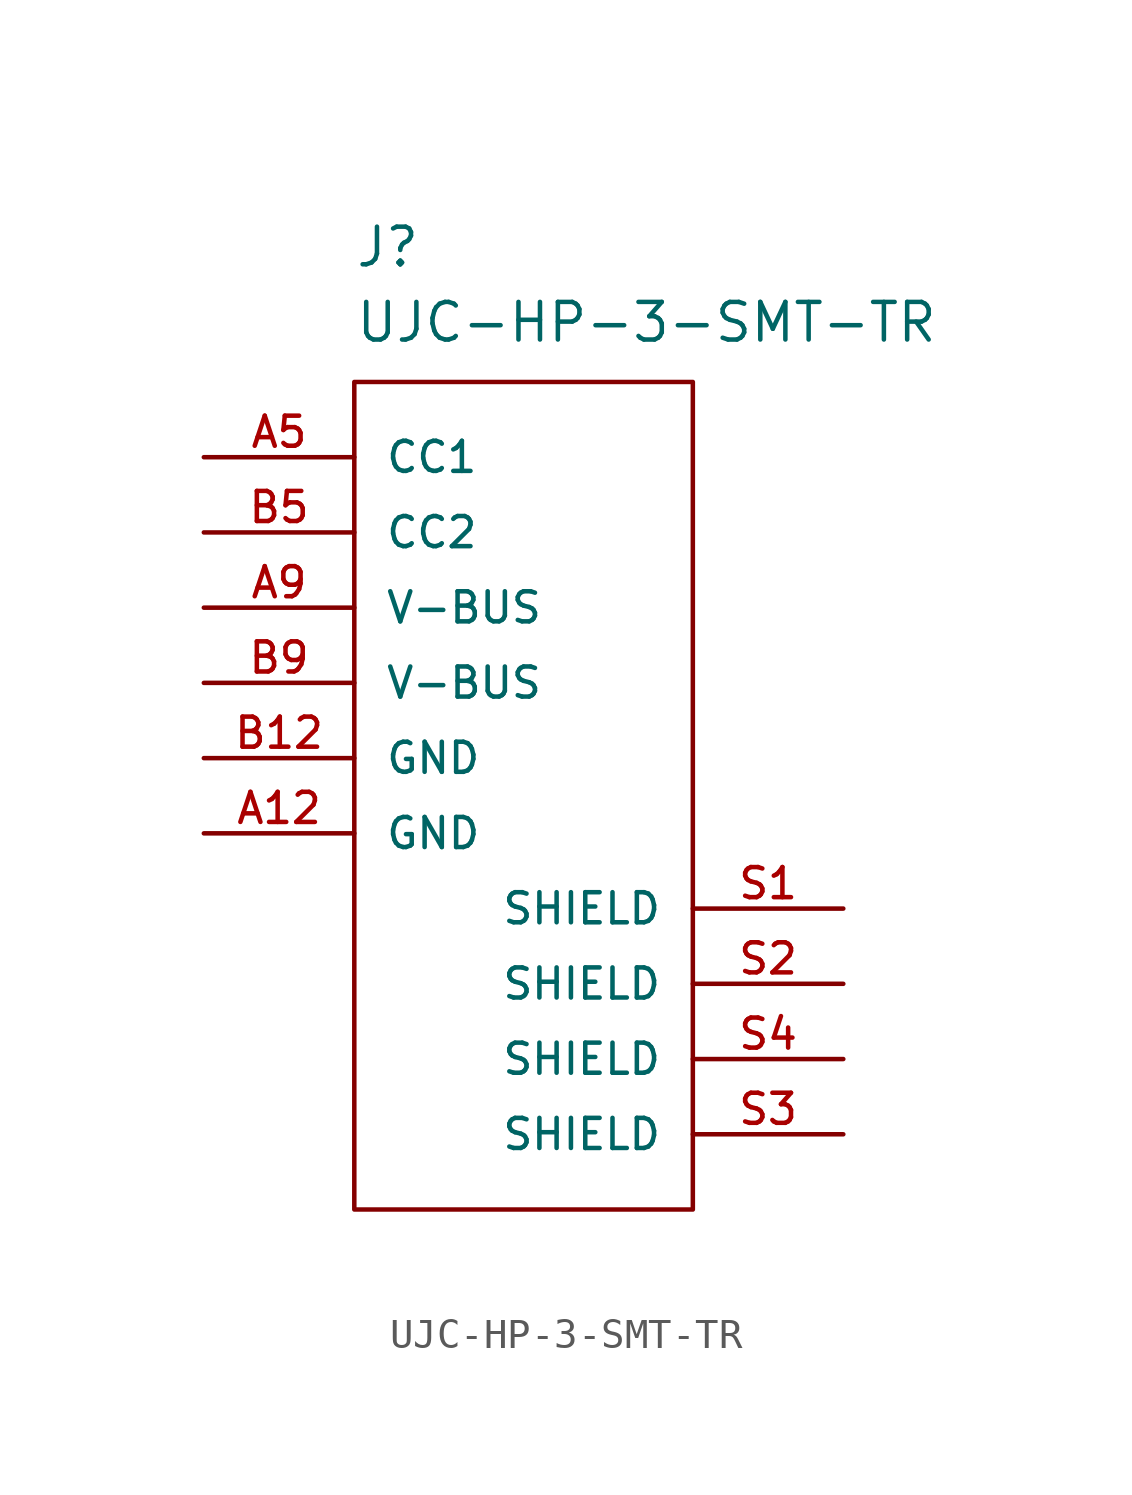
<source format=kicad_sym>
(kicad_symbol_lib
  (version 20220914)
  (generator kicad_symbol_editor)
  (symbol "UJC-HP-3-SMT-TR"
    (pin_names
      (offset 1.016))
    (property "Reference" "J"
      (at -7.62 11.43 0)
      (effects (font (size 1.27 1.27)) (justify left bottom)))
    (property "Value" "UJC-HP-3-SMT-TR"
      (at -7.62 8.89 0)
      (effects (font (size 1.27 1.27)) (justify left bottom)))
    (property "ki_locked" ""
      (at 0 0 0)
      (effects (font (size 1.27 1.27))))
    (symbol "UJC-HP-3-SMT-TR_0_0"
      (pin power_in line (at -12.7 -7.62 0) (length 5.08) (name "GND" (effects (font (size 1.016 1.016)))) (number "A12" (effects (font (size 1.016 1.016)))))
      (pin bidirectional line (at -12.7 5.08 0) (length 5.08) (name "CC1" (effects (font (size 1.016 1.016)))) (number "A5" (effects (font (size 1.016 1.016)))))
      (pin power_in line (at -12.7 0 0) (length 5.08) (name "V-BUS" (effects (font (size 1.016 1.016)))) (number "A9" (effects (font (size 1.016 1.016)))))
      (pin power_in line (at -12.7 -5.08 0) (length 5.08) (name "GND" (effects (font (size 1.016 1.016)))) (number "B12" (effects (font (size 1.016 1.016)))))
      (pin bidirectional line (at -12.7 2.54 0) (length 5.08) (name "CC2" (effects (font (size 1.016 1.016)))) (number "B5" (effects (font (size 1.016 1.016)))))
      (pin power_in line (at -12.7 -2.54 0) (length 5.08) (name "V-BUS" (effects (font (size 1.016 1.016)))) (number "B9" (effects (font (size 1.016 1.016)))))
      (pin passive line (at 8.89 -10.16 180) (length 5.08) (name "SHIELD" (effects (font (size 1.016 1.016)))) (number "S1" (effects (font (size 1.016 1.016)))))
      (pin passive line (at 8.89 -12.7 180) (length 5.08) (name "SHIELD" (effects (font (size 1.016 1.016)))) (number "S2" (effects (font (size 1.016 1.016)))))
      (pin passive line (at 8.89 -17.78 180) (length 5.08) (name "SHIELD" (effects (font (size 1.016 1.016)))) (number "S3" (effects (font (size 1.016 1.016)))))
      (pin passive line (at 8.89 -15.24 180) (length 5.08) (name "SHIELD" (effects (font (size 1.016 1.016)))) (number "S4" (effects (font (size 1.016 1.016))))))
    (symbol "UJC-HP-3-SMT-TR_0_1"
      (rectangle (start -7.62 7.62) (end 3.81 -20.32) (stroke (width 0) (type solid)) (fill (type none))))))
</source>
